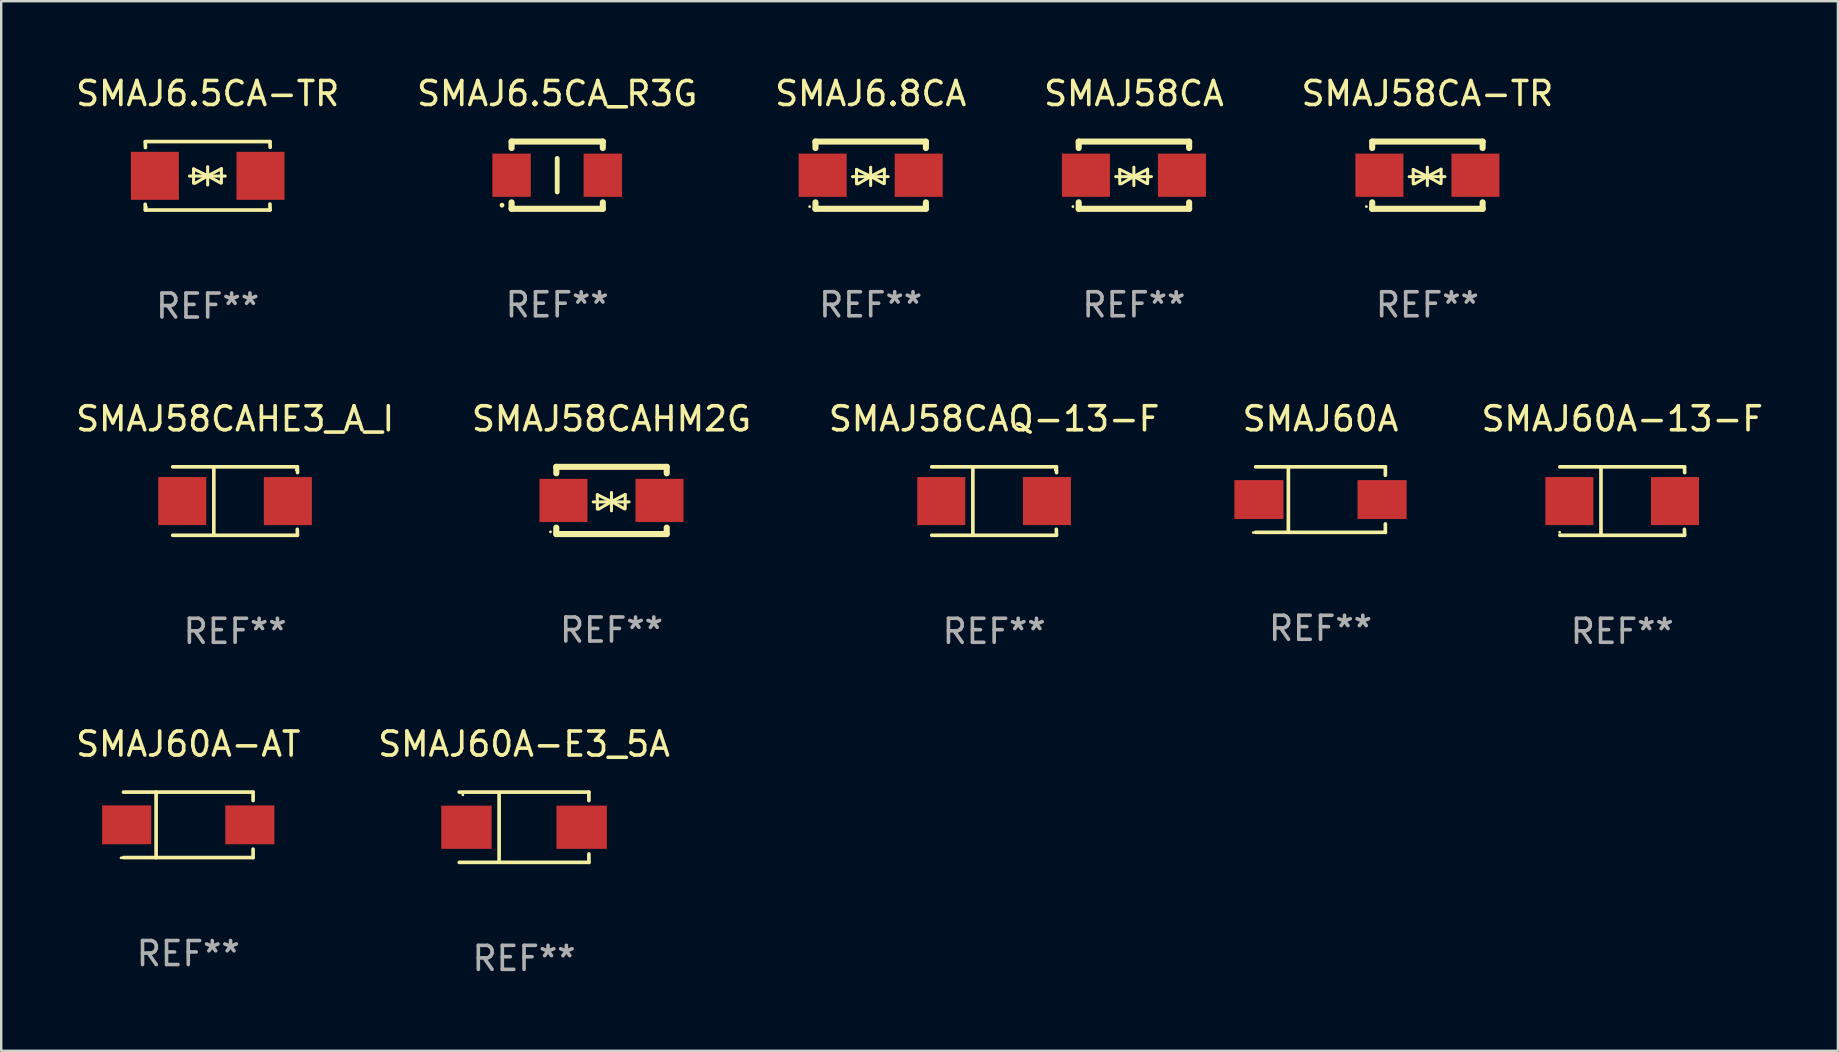
<source format=kicad_pcb>
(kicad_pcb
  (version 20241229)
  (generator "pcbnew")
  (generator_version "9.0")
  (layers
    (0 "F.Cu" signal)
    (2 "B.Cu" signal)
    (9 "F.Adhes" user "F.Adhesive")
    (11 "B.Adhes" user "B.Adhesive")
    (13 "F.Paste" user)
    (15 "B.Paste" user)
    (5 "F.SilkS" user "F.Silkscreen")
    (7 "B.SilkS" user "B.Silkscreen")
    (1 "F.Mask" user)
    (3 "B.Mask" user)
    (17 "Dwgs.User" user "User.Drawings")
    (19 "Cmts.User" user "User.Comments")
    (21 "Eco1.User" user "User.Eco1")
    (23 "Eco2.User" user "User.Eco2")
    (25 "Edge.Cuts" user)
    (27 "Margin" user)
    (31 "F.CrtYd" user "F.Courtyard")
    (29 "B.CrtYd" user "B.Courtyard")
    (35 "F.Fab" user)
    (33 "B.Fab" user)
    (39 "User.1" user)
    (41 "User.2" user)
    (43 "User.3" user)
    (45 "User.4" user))
  (footprint "SMAJ60A"
    (layer "F.Cu")
    (at 51.958 17.761)
    (property "Reference" "SMAJ60A" (at 0 -3.364 0) (layer "F.SilkS") (effects (font (size 1 1) (thickness 0.15))))
    (attr through_hole)
    (fp_line (start -2.701 -1.364) (end 2.701 -1.364) (stroke (width 0.152) (type solid)) (layer "F.SilkS"))
    (fp_line (start -2.701 1.364) (end 2.701 1.364) (stroke (width 0.152) (type solid)) (layer "F.SilkS"))
    (fp_line (start -1.339 -1.364) (end -1.339 1.364) (stroke (width 0.152) (type solid)) (layer "F.SilkS"))
    (fp_line (start 2.701 -1.364) (end 2.701 -1.013) (stroke (width 0.152) (type solid)) (layer "F.SilkS"))
    (fp_line (start 2.701 1.364) (end 2.701 1.013) (stroke (width 0.152) (type solid)) (layer "F.SilkS"))
    (fp_circle (center -2.8 1.375) (end -2.77 1.375) (stroke (width 0.06) (type solid)) (fill no) (layer "F.SilkS"))
    (fp_text user "REF**" (at 0 5.364 0) (layer "F.Fab") (effects (font (size 1 1) (thickness 0.15))))
    (pad "1" smd rect (at -2.565 -0.000025) (size 2.046 1.62) (layers "F.Cu" "F.Mask" "F.Paste"))
    (pad "2" smd rect (at 2.565 -0.000025) (size 2.046 1.62) (layers "F.Cu" "F.Mask" "F.Paste")))
  (footprint "SMAJ58CAHE3_A_I"
    (layer "F.Cu")
    (at 6.744 17.823)
    (property "Reference" "SMAJ58CAHE3_A_I" (at 0 -3.426 0) (layer "F.SilkS") (effects (font (size 1 1) (thickness 0.15))))
    (attr through_hole)
    (fp_line (start -2.6 -1.426) (end 2.593 -1.426) (stroke (width 0.152) (type solid)) (layer "F.SilkS"))
    (fp_line (start -2.6 1.426) (end 2.593 1.426) (stroke (width 0.152) (type solid)) (layer "F.SilkS"))
    (fp_line (start -0.887 -1.426) (end -0.887 1.426) (stroke (width 0.152) (type solid)) (layer "F.SilkS"))
    (fp_line (start 2.59 1.176) (end 2.597 1.415) (stroke (width 0.152) (type solid)) (layer "F.SilkS"))
    (fp_line (start 2.593 -1.426) (end 2.6 -1.187) (stroke (width 0.152) (type solid)) (layer "F.SilkS"))
    (fp_circle (center 2.547 -1.3) (end 2.577 -1.3) (stroke (width 0.06) (type solid)) (fill no) (layer "F.SilkS"))
    (fp_text user "REF**" (at 0 5.426 0) (layer "F.Fab") (effects (font (size 1 1) (thickness 0.15))))
    (pad "1" smd rect (at 2.197 -0.000025 180) (size 2 2) (layers "F.Cu" "F.Mask" "F.Paste"))
    (pad "2" smd rect (at -2.203 -0.000025 180) (size 2 2) (layers "F.Cu" "F.Mask" "F.Paste")))
  (footprint "SMAJ6.5CA_R3G"
    (layer "F.Cu")
    (at 20.161 4.248)
    (property "Reference" "SMAJ6.5CA_R3G" (at 0 -3.4 0) (layer "F.SilkS") (effects (font (size 1 1) (thickness 0.15))))
    (attr through_hole)
    (fp_line (start -1.9 -1.4) (end -1.9 -1.131) (stroke (width 0.254) (type solid)) (layer "F.SilkS"))
    (fp_line (start -1.9 -1.4) (end 1.9 -1.4) (stroke (width 0.254) (type solid)) (layer "F.SilkS"))
    (fp_line (start -1.9 1.131) (end -1.9 1.4) (stroke (width 0.254) (type solid)) (layer "F.SilkS"))
    (fp_line (start -1.9 1.4) (end 1.9 1.4) (stroke (width 0.254) (type solid)) (layer "F.SilkS"))
    (fp_line (start 0 -0.7) (end 0 0.7) (stroke (width 0.2) (type solid)) (layer "F.SilkS"))
    (fp_line (start 1.9 -1.4) (end 1.9 -1.131) (stroke (width 0.254) (type solid)) (layer "F.SilkS"))
    (fp_line (start 1.9 1.131) (end 1.9 1.4) (stroke (width 0.254) (type solid)) (layer "F.SilkS"))
    (fp_circle (center -2.3 1.25) (end -2.25 1.25) (stroke (width 0.1) (type solid)) (fill no) (layer "F.SilkS"))
    (fp_text user "REF**" (at 0 5.4 0) (layer "F.Fab") (effects (font (size 1 1) (thickness 0.15))))
    (pad "1" smd rect (at -1.9 0 180) (size 1.6 1.8) (layers "F.Cu" "F.Mask" "F.Paste"))
    (pad "2" smd rect (at 1.9 0 180) (size 1.6 1.8) (layers "F.Cu" "F.Mask" "F.Paste")))
  (footprint "SMAJ6.5CA-TR"
    (layer "F.Cu")
    (at 5.601 4.274)
    (property "Reference" "SMAJ6.5CA-TR" (at 0 -3.426 0) (layer "F.SilkS") (effects (font (size 1 1) (thickness 0.15))))
    (attr through_hole)
    (fp_line (start -2.596 -1.426) (end 2.596 -1.426) (stroke (width 0.152) (type solid)) (layer "F.SilkS"))
    (fp_line (start -2.596 1.426) (end -2.603 1.187) (stroke (width 0.152) (type solid)) (layer "F.SilkS"))
    (fp_line (start -2.596 1.426) (end 2.596 1.426) (stroke (width 0.152) (type solid)) (layer "F.SilkS"))
    (fp_line (start -2.593 -1.176) (end -2.6 -1.415) (stroke (width 0.152) (type solid)) (layer "F.SilkS"))
    (fp_line (start -0.758 0.011) (end 0.732 0.011) (stroke (width 0.127) (type solid)) (layer "F.SilkS"))
    (fp_line (start -0.588 -0.289) (end -0.588 0.311) (stroke (width 0.127) (type solid)) (layer "F.SilkS"))
    (fp_line (start -0.588 -0.289) (end 0 0) (stroke (width 0.127) (type solid)) (layer "F.SilkS"))
    (fp_line (start -0.528 0.311) (end 0 0) (stroke (width 0.127) (type solid)) (layer "F.SilkS"))
    (fp_line (start 0 0) (end 0 -0.381) (stroke (width 0.127) (type solid)) (layer "F.SilkS"))
    (fp_line (start 0 0) (end 0 0.381) (stroke (width 0.127) (type solid)) (layer "F.SilkS"))
    (fp_line (start 0.542 0.301) (end 0 0) (stroke (width 0.127) (type solid)) (layer "F.SilkS"))
    (fp_line (start 0.572 -0.299) (end 0 0) (stroke (width 0.127) (type solid)) (layer "F.SilkS"))
    (fp_line (start 0.572 -0.299) (end 0.572 0.301) (stroke (width 0.127) (type solid)) (layer "F.SilkS"))
    (fp_line (start 2.593 1.176) (end 2.6 1.415) (stroke (width 0.152) (type solid)) (layer "F.SilkS"))
    (fp_line (start 2.596 -1.426) (end 2.603 -1.187) (stroke (width 0.152) (type solid)) (layer "F.SilkS"))
    (fp_circle (center -2.55 1.3) (end -2.52 1.3) (stroke (width 0.06) (type solid)) (fill no) (layer "F.SilkS"))
    (fp_text user "REF**" (at 0 5.426 0) (layer "F.Fab") (effects (font (size 1 1) (thickness 0.15))))
    (pad "1" smd rect (at -2.2 0 180) (size 2 2) (layers "F.Cu" "F.Mask" "F.Paste"))
    (pad "2" smd rect (at 2.2 0 180) (size 2 2) (layers "F.Cu" "F.Mask" "F.Paste")))
  (footprint "SMAJ58CA"
    (layer "F.Cu")
    (at 44.185 4.248)
    (property "Reference" "SMAJ58CA" (at 0 -3.4 0) (layer "F.SilkS") (effects (font (size 1 1) (thickness 0.15))))
    (attr through_hole)
    (fp_line (start -2.3 -1.4) (end -2.3 -1.131) (stroke (width 0.254) (type solid)) (layer "F.SilkS"))
    (fp_line (start -2.3 -1.4) (end 2.3 -1.4) (stroke (width 0.254) (type solid)) (layer "F.SilkS"))
    (fp_line (start -2.3 1.131) (end -2.3 1.4) (stroke (width 0.254) (type solid)) (layer "F.SilkS"))
    (fp_line (start -2.3 1.4) (end 2.3 1.4) (stroke (width 0.254) (type solid)) (layer "F.SilkS"))
    (fp_line (start -0.76 0.06) (end 0.73 0.06) (stroke (width 0.127) (type solid)) (layer "F.SilkS"))
    (fp_line (start -0.59 -0.24) (end -0.59 0.36) (stroke (width 0.127) (type solid)) (layer "F.SilkS"))
    (fp_line (start -0.59 -0.24) (end -0.002 0.049) (stroke (width 0.127) (type solid)) (layer "F.SilkS"))
    (fp_line (start -0.53 0.36) (end -0.002 0.049) (stroke (width 0.127) (type solid)) (layer "F.SilkS"))
    (fp_line (start -0.002 0.049) (end -0.002 -0.332) (stroke (width 0.127) (type solid)) (layer "F.SilkS"))
    (fp_line (start -0.002 0.049) (end -0.002 0.43) (stroke (width 0.127) (type solid)) (layer "F.SilkS"))
    (fp_line (start 0.54 0.35) (end -0.002 0.049) (stroke (width 0.127) (type solid)) (layer "F.SilkS"))
    (fp_line (start 0.57 -0.25) (end -0.002 0.049) (stroke (width 0.127) (type solid)) (layer "F.SilkS"))
    (fp_line (start 0.57 -0.25) (end 0.57 0.35) (stroke (width 0.127) (type solid)) (layer "F.SilkS"))
    (fp_line (start 2.3 -1.4) (end 2.3 -1.131) (stroke (width 0.254) (type solid)) (layer "F.SilkS"))
    (fp_line (start 2.3 1.131) (end 2.3 1.4) (stroke (width 0.254) (type solid)) (layer "F.SilkS"))
    (fp_circle (center -2.542 1.308) (end -2.512 1.308) (stroke (width 0.06) (type solid)) (fill no) (layer "F.SilkS"))
    (fp_text user "REF**" (at 0 5.4 0) (layer "F.Fab") (effects (font (size 1 1) (thickness 0.15))))
    (pad "1" smd rect (at -2 0) (size 2 1.8) (layers "F.Cu" "F.Mask" "F.Paste"))
    (pad "2" smd rect (at 2 0) (size 2 1.8) (layers "F.Cu" "F.Mask" "F.Paste")))
  (footprint "SMAJ58CAHM2G"
    (layer "F.Cu")
    (at 22.423 17.797)
    (property "Reference" "SMAJ58CAHM2G" (at 0 -3.4 0) (layer "F.SilkS") (effects (font (size 1 1) (thickness 0.15))))
    (attr through_hole)
    (fp_line (start -2.3 -1.4) (end -2.3 -1.131) (stroke (width 0.254) (type solid)) (layer "F.SilkS"))
    (fp_line (start -2.3 -1.4) (end 2.3 -1.4) (stroke (width 0.254) (type solid)) (layer "F.SilkS"))
    (fp_line (start -2.3 1.131) (end -2.3 1.4) (stroke (width 0.254) (type solid)) (layer "F.SilkS"))
    (fp_line (start -2.3 1.4) (end 2.3 1.4) (stroke (width 0.254) (type solid)) (layer "F.SilkS"))
    (fp_line (start -0.76 0.06) (end 0.73 0.06) (stroke (width 0.127) (type solid)) (layer "F.SilkS"))
    (fp_line (start -0.59 -0.24) (end -0.59 0.36) (stroke (width 0.127) (type solid)) (layer "F.SilkS"))
    (fp_line (start -0.59 -0.24) (end -0.002 0.049) (stroke (width 0.127) (type solid)) (layer "F.SilkS"))
    (fp_line (start -0.53 0.36) (end -0.002 0.049) (stroke (width 0.127) (type solid)) (layer "F.SilkS"))
    (fp_line (start -0.002 0.049) (end -0.002 -0.332) (stroke (width 0.127) (type solid)) (layer "F.SilkS"))
    (fp_line (start -0.002 0.049) (end -0.002 0.43) (stroke (width 0.127) (type solid)) (layer "F.SilkS"))
    (fp_line (start 0.54 0.35) (end -0.002 0.049) (stroke (width 0.127) (type solid)) (layer "F.SilkS"))
    (fp_line (start 0.57 -0.25) (end -0.002 0.049) (stroke (width 0.127) (type solid)) (layer "F.SilkS"))
    (fp_line (start 0.57 -0.25) (end 0.57 0.35) (stroke (width 0.127) (type solid)) (layer "F.SilkS"))
    (fp_line (start 2.3 -1.4) (end 2.3 -1.131) (stroke (width 0.254) (type solid)) (layer "F.SilkS"))
    (fp_line (start 2.3 1.131) (end 2.3 1.4) (stroke (width 0.254) (type solid)) (layer "F.SilkS"))
    (fp_circle (center -2.542 1.308) (end -2.512 1.308) (stroke (width 0.06) (type solid)) (fill no) (layer "F.SilkS"))
    (fp_text user "REF**" (at 0 5.4 0) (layer "F.Fab") (effects (font (size 1 1) (thickness 0.15))))
    (pad "1" smd rect (at -2 0) (size 2 1.8) (layers "F.Cu" "F.Mask" "F.Paste"))
    (pad "2" smd rect (at 2 0) (size 2 1.8) (layers "F.Cu" "F.Mask" "F.Paste")))
  (footprint "SMAJ60A-E3_5A"
    (layer "F.Cu")
    (at 18.78 31.41)
    (property "Reference" "SMAJ60A-E3_5A" (at 0 -3.464 0) (layer "F.SilkS") (effects (font (size 1 1) (thickness 0.15))))
    (attr through_hole)
    (fp_line (start -2.701 -1.464) (end 2.701 -1.464) (stroke (width 0.152) (type solid)) (layer "F.SilkS"))
    (fp_line (start -2.701 1.464) (end 2.701 1.464) (stroke (width 0.152) (type solid)) (layer "F.SilkS"))
    (fp_line (start -1.039 -1.364) (end -1.039 1.364) (stroke (width 0.152) (type solid)) (layer "F.SilkS"))
    (fp_line (start 2.701 -1.464) (end 2.701 -1.113) (stroke (width 0.152) (type solid)) (layer "F.SilkS"))
    (fp_line (start 2.701 1.464) (end 2.701 1.113) (stroke (width 0.152) (type solid)) (layer "F.SilkS"))
    (fp_circle (center -2.55 -1.35) (end -2.52 -1.35) (stroke (width 0.06) (type solid)) (fill no) (layer "F.SilkS"))
    (fp_text user "REF**" (at 0 5.464 0) (layer "F.Fab") (effects (font (size 1 1) (thickness 0.15))))
    (pad "1" smd rect (at -2.4 0) (size 2.1 1.8) (layers "F.Cu" "F.Mask" "F.Paste"))
    (pad "2" smd rect (at 2.4 0) (size 2.1 1.8) (layers "F.Cu" "F.Mask" "F.Paste")))
  (footprint "SMAJ58CA-TR"
    (layer "F.Cu")
    (at 56.411 4.248)
    (property "Reference" "SMAJ58CA-TR" (at 0 -3.4 0) (layer "F.SilkS") (effects (font (size 1 1) (thickness 0.15))))
    (attr through_hole)
    (fp_line (start -2.3 -1.4) (end -2.3 -1.131) (stroke (width 0.254) (type solid)) (layer "F.SilkS"))
    (fp_line (start -2.3 -1.4) (end 2.3 -1.4) (stroke (width 0.254) (type solid)) (layer "F.SilkS"))
    (fp_line (start -2.3 1.131) (end -2.3 1.4) (stroke (width 0.254) (type solid)) (layer "F.SilkS"))
    (fp_line (start -2.3 1.4) (end 2.3 1.4) (stroke (width 0.254) (type solid)) (layer "F.SilkS"))
    (fp_line (start -0.76 0.06) (end 0.73 0.06) (stroke (width 0.127) (type solid)) (layer "F.SilkS"))
    (fp_line (start -0.59 -0.24) (end -0.59 0.36) (stroke (width 0.127) (type solid)) (layer "F.SilkS"))
    (fp_line (start -0.59 -0.24) (end -0.002 0.049) (stroke (width 0.127) (type solid)) (layer "F.SilkS"))
    (fp_line (start -0.53 0.36) (end -0.002 0.049) (stroke (width 0.127) (type solid)) (layer "F.SilkS"))
    (fp_line (start -0.002 0.049) (end -0.002 -0.332) (stroke (width 0.127) (type solid)) (layer "F.SilkS"))
    (fp_line (start -0.002 0.049) (end -0.002 0.43) (stroke (width 0.127) (type solid)) (layer "F.SilkS"))
    (fp_line (start 0.54 0.35) (end -0.002 0.049) (stroke (width 0.127) (type solid)) (layer "F.SilkS"))
    (fp_line (start 0.57 -0.25) (end -0.002 0.049) (stroke (width 0.127) (type solid)) (layer "F.SilkS"))
    (fp_line (start 0.57 -0.25) (end 0.57 0.35) (stroke (width 0.127) (type solid)) (layer "F.SilkS"))
    (fp_line (start 2.3 -1.4) (end 2.3 -1.131) (stroke (width 0.254) (type solid)) (layer "F.SilkS"))
    (fp_line (start 2.3 1.131) (end 2.3 1.4) (stroke (width 0.254) (type solid)) (layer "F.SilkS"))
    (fp_circle (center -2.542 1.308) (end -2.512 1.308) (stroke (width 0.06) (type solid)) (fill no) (layer "F.SilkS"))
    (fp_text user "REF**" (at 0 5.4 0) (layer "F.Fab") (effects (font (size 1 1) (thickness 0.15))))
    (pad "1" smd rect (at -2 0) (size 2 1.8) (layers "F.Cu" "F.Mask" "F.Paste"))
    (pad "2" smd rect (at 2 0) (size 2 1.8) (layers "F.Cu" "F.Mask" "F.Paste")))
  (footprint "SMAJ6.8CA"
    (layer "F.Cu")
    (at 33.22 4.248)
    (property "Reference" "SMAJ6.8CA" (at 0 -3.4 0) (layer "F.SilkS") (effects (font (size 1 1) (thickness 0.15))))
    (attr through_hole)
    (fp_line (start -2.3 -1.4) (end -2.3 -1.131) (stroke (width 0.254) (type solid)) (layer "F.SilkS"))
    (fp_line (start -2.3 -1.4) (end 2.3 -1.4) (stroke (width 0.254) (type solid)) (layer "F.SilkS"))
    (fp_line (start -2.3 1.131) (end -2.3 1.4) (stroke (width 0.254) (type solid)) (layer "F.SilkS"))
    (fp_line (start -2.3 1.4) (end 2.3 1.4) (stroke (width 0.254) (type solid)) (layer "F.SilkS"))
    (fp_line (start -0.76 0.06) (end 0.73 0.06) (stroke (width 0.127) (type solid)) (layer "F.SilkS"))
    (fp_line (start -0.59 -0.24) (end -0.59 0.36) (stroke (width 0.127) (type solid)) (layer "F.SilkS"))
    (fp_line (start -0.59 -0.24) (end -0.002 0.049) (stroke (width 0.127) (type solid)) (layer "F.SilkS"))
    (fp_line (start -0.53 0.36) (end -0.002 0.049) (stroke (width 0.127) (type solid)) (layer "F.SilkS"))
    (fp_line (start -0.002 0.049) (end -0.002 -0.332) (stroke (width 0.127) (type solid)) (layer "F.SilkS"))
    (fp_line (start -0.002 0.049) (end -0.002 0.43) (stroke (width 0.127) (type solid)) (layer "F.SilkS"))
    (fp_line (start 0.54 0.35) (end -0.002 0.049) (stroke (width 0.127) (type solid)) (layer "F.SilkS"))
    (fp_line (start 0.57 -0.25) (end -0.002 0.049) (stroke (width 0.127) (type solid)) (layer "F.SilkS"))
    (fp_line (start 0.57 -0.25) (end 0.57 0.35) (stroke (width 0.127) (type solid)) (layer "F.SilkS"))
    (fp_line (start 2.3 -1.4) (end 2.3 -1.131) (stroke (width 0.254) (type solid)) (layer "F.SilkS"))
    (fp_line (start 2.3 1.131) (end 2.3 1.4) (stroke (width 0.254) (type solid)) (layer "F.SilkS"))
    (fp_circle (center -2.542 1.308) (end -2.512 1.308) (stroke (width 0.06) (type solid)) (fill no) (layer "F.SilkS"))
    (fp_text user "REF**" (at 0 5.4 0) (layer "F.Fab") (effects (font (size 1 1) (thickness 0.15))))
    (pad "1" smd rect (at -2 0) (size 2 1.8) (layers "F.Cu" "F.Mask" "F.Paste"))
    (pad "2" smd rect (at 2 0) (size 2 1.8) (layers "F.Cu" "F.Mask" "F.Paste")))
  (footprint "SMAJ58CAQ-13-F"
    (layer "F.Cu")
    (at 38.363 17.823)
    (property "Reference" "SMAJ58CAQ-13-F" (at 0 -3.426 0) (layer "F.SilkS") (effects (font (size 1 1) (thickness 0.15))))
    (attr through_hole)
    (fp_line (start -2.6 -1.426) (end 2.593 -1.426) (stroke (width 0.152) (type solid)) (layer "F.SilkS"))
    (fp_line (start -2.6 1.426) (end 2.593 1.426) (stroke (width 0.152) (type solid)) (layer "F.SilkS"))
    (fp_line (start -0.887 -1.426) (end -0.887 1.426) (stroke (width 0.152) (type solid)) (layer "F.SilkS"))
    (fp_line (start 2.59 1.176) (end 2.597 1.415) (stroke (width 0.152) (type solid)) (layer "F.SilkS"))
    (fp_line (start 2.593 -1.426) (end 2.6 -1.187) (stroke (width 0.152) (type solid)) (layer "F.SilkS"))
    (fp_circle (center 2.547 -1.3) (end 2.577 -1.3) (stroke (width 0.06) (type solid)) (fill no) (layer "F.SilkS"))
    (fp_text user "REF**" (at 0 5.426 0) (layer "F.Fab") (effects (font (size 1 1) (thickness 0.15))))
    (pad "1" smd rect (at 2.197 -0.000025 180) (size 2 2) (layers "F.Cu" "F.Mask" "F.Paste"))
    (pad "2" smd rect (at -2.203 -0.000025 180) (size 2 2) (layers "F.Cu" "F.Mask" "F.Paste")))
  (footprint "SMAJ60A-13-F"
    (layer "F.Cu")
    (at 64.528 17.823)
    (property "Reference" "SMAJ60A-13-F" (at 0 -3.426 0) (layer "F.SilkS") (effects (font (size 1 1) (thickness 0.15))))
    (attr through_hole)
    (fp_line (start -2.6 -1.426) (end 2.593 -1.426) (stroke (width 0.152) (type solid)) (layer "F.SilkS"))
    (fp_line (start -2.6 1.426) (end 2.593 1.426) (stroke (width 0.152) (type solid)) (layer "F.SilkS"))
    (fp_line (start -0.887 -1.426) (end -0.887 1.426) (stroke (width 0.152) (type solid)) (layer "F.SilkS"))
    (fp_line (start 2.59 1.176) (end 2.597 1.415) (stroke (width 0.152) (type solid)) (layer "F.SilkS"))
    (fp_line (start 2.593 -1.426) (end 2.6 -1.187) (stroke (width 0.152) (type solid)) (layer "F.SilkS"))
    (fp_circle (center -2.608 1.3) (end -2.578 1.3) (stroke (width 0.06) (type solid)) (fill no) (layer "F.SilkS"))
    (fp_text user "REF**" (at 0 5.426 0) (layer "F.Fab") (effects (font (size 1 1) (thickness 0.15))))
    (pad "1" smd rect (at -2.203 0 180) (size 2 2) (layers "F.Cu" "F.Mask" "F.Paste"))
    (pad "2" smd rect (at 2.197 0 180) (size 2 2) (layers "F.Cu" "F.Mask" "F.Paste")))
  (footprint "SMAJ60A-AT"
    (layer "F.Cu")
    (at 4.792 31.31)
    (property "Reference" "SMAJ60A-AT" (at 0 -3.364 0) (layer "F.SilkS") (effects (font (size 1 1) (thickness 0.15))))
    (attr through_hole)
    (fp_line (start -2.701 -1.364) (end 2.701 -1.364) (stroke (width 0.152) (type solid)) (layer "F.SilkS"))
    (fp_line (start -2.701 1.364) (end 2.701 1.364) (stroke (width 0.152) (type solid)) (layer "F.SilkS"))
    (fp_line (start -1.339 -1.364) (end -1.339 1.364) (stroke (width 0.152) (type solid)) (layer "F.SilkS"))
    (fp_line (start 2.701 -1.364) (end 2.701 -1.013) (stroke (width 0.152) (type solid)) (layer "F.SilkS"))
    (fp_line (start 2.701 1.364) (end 2.701 1.013) (stroke (width 0.152) (type solid)) (layer "F.SilkS"))
    (fp_circle (center -2.8 1.375) (end -2.77 1.375) (stroke (width 0.06) (type solid)) (fill no) (layer "F.SilkS"))
    (fp_text user "REF**" (at 0 5.364 0) (layer "F.Fab") (effects (font (size 1 1) (thickness 0.15))))
    (pad "1" smd rect (at -2.565 -0.000025) (size 2.046 1.62) (layers "F.Cu" "F.Mask" "F.Paste"))
    (pad "2" smd rect (at 2.565 -0.000025) (size 2.046 1.62) (layers "F.Cu" "F.Mask" "F.Paste")))
  (gr_rect
    (start -3 -3)
    (end 73.511 40.722)
    (stroke (width 0.1) (type default))
    (fill no)
    (layer "Edge.Cuts")))
</source>
